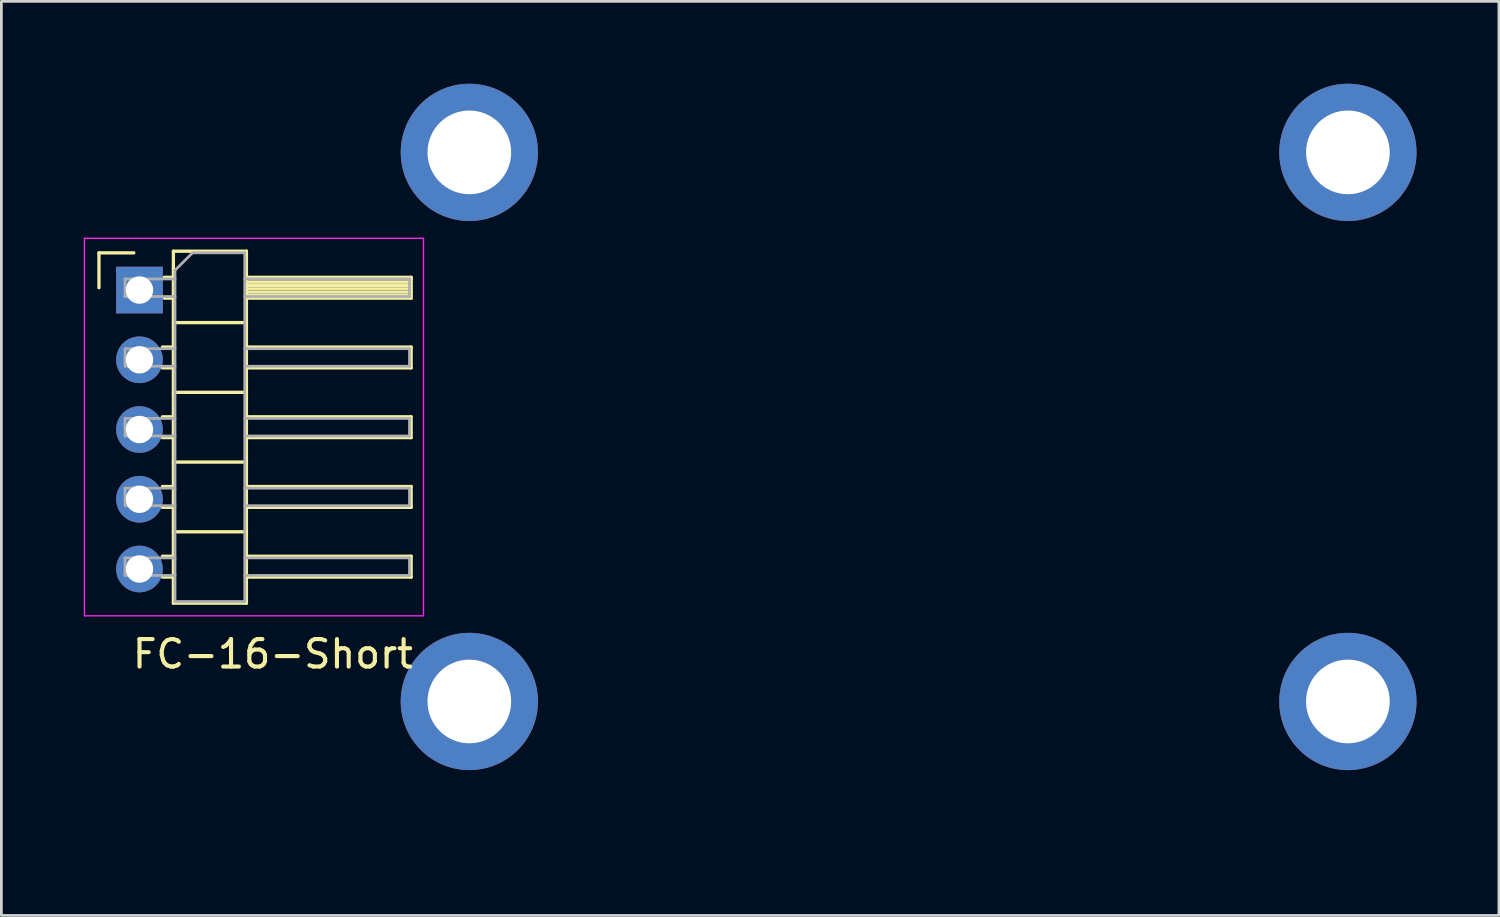
<source format=kicad_pcb>
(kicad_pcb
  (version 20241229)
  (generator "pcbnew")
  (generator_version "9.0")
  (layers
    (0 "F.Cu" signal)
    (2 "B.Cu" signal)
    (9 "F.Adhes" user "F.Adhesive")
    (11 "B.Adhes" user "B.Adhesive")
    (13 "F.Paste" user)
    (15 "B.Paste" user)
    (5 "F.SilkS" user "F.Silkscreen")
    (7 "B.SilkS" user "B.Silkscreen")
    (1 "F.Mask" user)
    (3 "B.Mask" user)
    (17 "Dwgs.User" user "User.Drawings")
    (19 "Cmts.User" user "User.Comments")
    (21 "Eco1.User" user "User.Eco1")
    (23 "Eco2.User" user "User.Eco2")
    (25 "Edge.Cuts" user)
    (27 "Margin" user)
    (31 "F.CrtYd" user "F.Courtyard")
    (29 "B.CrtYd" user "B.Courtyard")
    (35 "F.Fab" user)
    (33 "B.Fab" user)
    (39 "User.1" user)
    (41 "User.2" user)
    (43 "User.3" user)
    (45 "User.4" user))
  (footprint "FC-16-Short"
    (layer "F.Cu")
    (at 9.429 27.043)
    (property "Reference" "FC-16-Short" (at -2.54 -6.27 0) (layer "F.SilkS") (effects (font (size 1 1) (thickness 0.15))))
    (attr through_hole)
    (fp_line (start -8.874 -20.883) (end -7.604 -20.883) (stroke (width 0.12) (type solid)) (layer "F.SilkS"))
    (fp_line (start -8.874 -19.613) (end -8.874 -20.883) (stroke (width 0.12) (type solid)) (layer "F.SilkS"))
    (fp_line (start -6.561 -17.453) (end -6.164 -17.453) (stroke (width 0.12) (type solid)) (layer "F.SilkS"))
    (fp_line (start -6.561 -16.693) (end -6.164 -16.693) (stroke (width 0.12) (type solid)) (layer "F.SilkS"))
    (fp_line (start -6.561 -14.913) (end -6.164 -14.913) (stroke (width 0.12) (type solid)) (layer "F.SilkS"))
    (fp_line (start -6.561 -14.153) (end -6.164 -14.153) (stroke (width 0.12) (type solid)) (layer "F.SilkS"))
    (fp_line (start -6.561 -12.373) (end -6.164 -12.373) (stroke (width 0.12) (type solid)) (layer "F.SilkS"))
    (fp_line (start -6.561 -11.613) (end -6.164 -11.613) (stroke (width 0.12) (type solid)) (layer "F.SilkS"))
    (fp_line (start -6.561 -9.833) (end -6.164 -9.833) (stroke (width 0.12) (type solid)) (layer "F.SilkS"))
    (fp_line (start -6.561 -9.073) (end -6.164 -9.073) (stroke (width 0.12) (type solid)) (layer "F.SilkS"))
    (fp_line (start -6.494 -19.993) (end -6.164 -19.993) (stroke (width 0.12) (type solid)) (layer "F.SilkS"))
    (fp_line (start -6.494 -19.233) (end -6.164 -19.233) (stroke (width 0.12) (type solid)) (layer "F.SilkS"))
    (fp_line (start -6.164 -20.943) (end -6.164 -8.123) (stroke (width 0.12) (type solid)) (layer "F.SilkS"))
    (fp_line (start -6.164 -18.343) (end -3.504 -18.343) (stroke (width 0.12) (type solid)) (layer "F.SilkS"))
    (fp_line (start -6.164 -15.803) (end -3.504 -15.803) (stroke (width 0.12) (type solid)) (layer "F.SilkS"))
    (fp_line (start -6.164 -13.263) (end -3.504 -13.263) (stroke (width 0.12) (type solid)) (layer "F.SilkS"))
    (fp_line (start -6.164 -10.723) (end -3.504 -10.723) (stroke (width 0.12) (type solid)) (layer "F.SilkS"))
    (fp_line (start -6.164 -8.123) (end -3.504 -8.123) (stroke (width 0.12) (type solid)) (layer "F.SilkS"))
    (fp_line (start -3.504 -20.943) (end -6.164 -20.943) (stroke (width 0.12) (type solid)) (layer "F.SilkS"))
    (fp_line (start -3.504 -19.993) (end 2.496 -19.993) (stroke (width 0.12) (type solid)) (layer "F.SilkS"))
    (fp_line (start -3.504 -19.933) (end 2.496 -19.933) (stroke (width 0.12) (type solid)) (layer "F.SilkS"))
    (fp_line (start -3.504 -19.813) (end 2.496 -19.813) (stroke (width 0.12) (type solid)) (layer "F.SilkS"))
    (fp_line (start -3.504 -19.693) (end 2.496 -19.693) (stroke (width 0.12) (type solid)) (layer "F.SilkS"))
    (fp_line (start -3.504 -19.573) (end 2.496 -19.573) (stroke (width 0.12) (type solid)) (layer "F.SilkS"))
    (fp_line (start -3.504 -19.453) (end 2.496 -19.453) (stroke (width 0.12) (type solid)) (layer "F.SilkS"))
    (fp_line (start -3.504 -19.333) (end 2.496 -19.333) (stroke (width 0.12) (type solid)) (layer "F.SilkS"))
    (fp_line (start -3.504 -17.453) (end 2.496 -17.453) (stroke (width 0.12) (type solid)) (layer "F.SilkS"))
    (fp_line (start -3.504 -14.913) (end 2.496 -14.913) (stroke (width 0.12) (type solid)) (layer "F.SilkS"))
    (fp_line (start -3.504 -12.373) (end 2.496 -12.373) (stroke (width 0.12) (type solid)) (layer "F.SilkS"))
    (fp_line (start -3.504 -9.833) (end 2.496 -9.833) (stroke (width 0.12) (type solid)) (layer "F.SilkS"))
    (fp_line (start -3.504 -8.123) (end -3.504 -20.943) (stroke (width 0.12) (type solid)) (layer "F.SilkS"))
    (fp_line (start 2.496 -19.993) (end 2.496 -19.233) (stroke (width 0.12) (type solid)) (layer "F.SilkS"))
    (fp_line (start 2.496 -19.233) (end -3.504 -19.233) (stroke (width 0.12) (type solid)) (layer "F.SilkS"))
    (fp_line (start 2.496 -17.453) (end 2.496 -16.693) (stroke (width 0.12) (type solid)) (layer "F.SilkS"))
    (fp_line (start 2.496 -16.693) (end -3.504 -16.693) (stroke (width 0.12) (type solid)) (layer "F.SilkS"))
    (fp_line (start 2.496 -14.913) (end 2.496 -14.153) (stroke (width 0.12) (type solid)) (layer "F.SilkS"))
    (fp_line (start 2.496 -14.153) (end -3.504 -14.153) (stroke (width 0.12) (type solid)) (layer "F.SilkS"))
    (fp_line (start 2.496 -12.373) (end 2.496 -11.613) (stroke (width 0.12) (type solid)) (layer "F.SilkS"))
    (fp_line (start 2.496 -11.613) (end -3.504 -11.613) (stroke (width 0.12) (type solid)) (layer "F.SilkS"))
    (fp_line (start 2.496 -9.833) (end 2.496 -9.073) (stroke (width 0.12) (type solid)) (layer "F.SilkS"))
    (fp_line (start 2.496 -9.073) (end -3.504 -9.073) (stroke (width 0.12) (type solid)) (layer "F.SilkS"))
    (fp_line (start -9.404 -21.413) (end -9.404 -7.663) (stroke (width 0.05) (type solid)) (layer "F.CrtYd"))
    (fp_line (start -9.404 -7.663) (end 2.946 -7.663) (stroke (width 0.05) (type solid)) (layer "F.CrtYd"))
    (fp_line (start 2.946 -21.413) (end -9.404 -21.413) (stroke (width 0.05) (type solid)) (layer "F.CrtYd"))
    (fp_line (start 2.946 -7.663) (end 2.946 -21.413) (stroke (width 0.05) (type solid)) (layer "F.CrtYd"))
    (fp_line (start -7.924 -19.933) (end -7.924 -19.293) (stroke (width 0.1) (type solid)) (layer "F.Fab"))
    (fp_line (start -7.924 -19.933) (end -6.104 -19.933) (stroke (width 0.1) (type solid)) (layer "F.Fab"))
    (fp_line (start -7.924 -19.293) (end -6.104 -19.293) (stroke (width 0.1) (type solid)) (layer "F.Fab"))
    (fp_line (start -7.924 -17.393) (end -7.924 -16.753) (stroke (width 0.1) (type solid)) (layer "F.Fab"))
    (fp_line (start -7.924 -17.393) (end -6.104 -17.393) (stroke (width 0.1) (type solid)) (layer "F.Fab"))
    (fp_line (start -7.924 -16.753) (end -6.104 -16.753) (stroke (width 0.1) (type solid)) (layer "F.Fab"))
    (fp_line (start -7.924 -14.853) (end -7.924 -14.213) (stroke (width 0.1) (type solid)) (layer "F.Fab"))
    (fp_line (start -7.924 -14.853) (end -6.104 -14.853) (stroke (width 0.1) (type solid)) (layer "F.Fab"))
    (fp_line (start -7.924 -14.213) (end -6.104 -14.213) (stroke (width 0.1) (type solid)) (layer "F.Fab"))
    (fp_line (start -7.924 -12.313) (end -7.924 -11.673) (stroke (width 0.1) (type solid)) (layer "F.Fab"))
    (fp_line (start -7.924 -12.313) (end -6.104 -12.313) (stroke (width 0.1) (type solid)) (layer "F.Fab"))
    (fp_line (start -7.924 -11.673) (end -6.104 -11.673) (stroke (width 0.1) (type solid)) (layer "F.Fab"))
    (fp_line (start -7.924 -9.773) (end -7.924 -9.133) (stroke (width 0.1) (type solid)) (layer "F.Fab"))
    (fp_line (start -7.924 -9.773) (end -6.104 -9.773) (stroke (width 0.1) (type solid)) (layer "F.Fab"))
    (fp_line (start -7.924 -9.133) (end -6.104 -9.133) (stroke (width 0.1) (type solid)) (layer "F.Fab"))
    (fp_line (start -6.104 -20.248) (end -5.469 -20.883) (stroke (width 0.1) (type solid)) (layer "F.Fab"))
    (fp_line (start -6.104 -8.183) (end -6.104 -20.248) (stroke (width 0.1) (type solid)) (layer "F.Fab"))
    (fp_line (start -5.469 -20.883) (end -3.564 -20.883) (stroke (width 0.1) (type solid)) (layer "F.Fab"))
    (fp_line (start -3.564 -20.883) (end -3.564 -8.183) (stroke (width 0.1) (type solid)) (layer "F.Fab"))
    (fp_line (start -3.564 -19.933) (end 2.436 -19.933) (stroke (width 0.1) (type solid)) (layer "F.Fab"))
    (fp_line (start -3.564 -19.293) (end 2.436 -19.293) (stroke (width 0.1) (type solid)) (layer "F.Fab"))
    (fp_line (start -3.564 -17.393) (end 2.436 -17.393) (stroke (width 0.1) (type solid)) (layer "F.Fab"))
    (fp_line (start -3.564 -16.753) (end 2.436 -16.753) (stroke (width 0.1) (type solid)) (layer "F.Fab"))
    (fp_line (start -3.564 -14.853) (end 2.436 -14.853) (stroke (width 0.1) (type solid)) (layer "F.Fab"))
    (fp_line (start -3.564 -14.213) (end 2.436 -14.213) (stroke (width 0.1) (type solid)) (layer "F.Fab"))
    (fp_line (start -3.564 -12.313) (end 2.436 -12.313) (stroke (width 0.1) (type solid)) (layer "F.Fab"))
    (fp_line (start -3.564 -11.673) (end 2.436 -11.673) (stroke (width 0.1) (type solid)) (layer "F.Fab"))
    (fp_line (start -3.564 -9.773) (end 2.436 -9.773) (stroke (width 0.1) (type solid)) (layer "F.Fab"))
    (fp_line (start -3.564 -9.133) (end 2.436 -9.133) (stroke (width 0.1) (type solid)) (layer "F.Fab"))
    (fp_line (start -3.564 -8.183) (end -6.104 -8.183) (stroke (width 0.1) (type solid)) (layer "F.Fab"))
    (fp_line (start 2.436 -19.933) (end 2.436 -19.293) (stroke (width 0.1) (type solid)) (layer "F.Fab"))
    (fp_line (start 2.436 -17.393) (end 2.436 -16.753) (stroke (width 0.1) (type solid)) (layer "F.Fab"))
    (fp_line (start 2.436 -14.853) (end 2.436 -14.213) (stroke (width 0.1) (type solid)) (layer "F.Fab"))
    (fp_line (start 2.436 -12.313) (end 2.436 -11.673) (stroke (width 0.1) (type solid)) (layer "F.Fab"))
    (fp_line (start 2.436 -9.773) (end 2.436 -9.133) (stroke (width 0.1) (type solid)) (layer "F.Fab"))
    (pad "" thru_hole circle (at 4.616 -24.543) (size 5 5) (drill 3.048) (layers "*.Cu" "*.Mask"))
    (pad "" thru_hole circle (at 4.616 -4.543) (size 5 5) (drill 3.048) (layers "*.Cu" "*.Mask"))
    (pad "" thru_hole circle (at 36.616 -24.543) (size 5 5) (drill 3.048) (layers "*.Cu" "*.Mask"))
    (pad "" thru_hole circle (at 36.616 -4.543) (size 5 5) (drill 3.048) (layers "*.Cu" "*.Mask"))
    (pad "1" thru_hole rect (at -7.399 -19.528) (size 1.7 1.7) (drill 1) (layers "*.Cu" "*.Mask"))
    (pad "2" thru_hole oval (at -7.399 -16.988) (size 1.7 1.7) (drill 1) (layers "*.Cu" "*.Mask"))
    (pad "3" thru_hole oval (at -7.399 -14.448) (size 1.7 1.7) (drill 1) (layers "*.Cu" "*.Mask"))
    (pad "4" thru_hole oval (at -7.399 -11.908) (size 1.7 1.7) (drill 1) (layers "*.Cu" "*.Mask"))
    (pad "5" thru_hole oval (at -7.399 -9.368) (size 1.7 1.7) (drill 1) (layers "*.Cu" "*.Mask")))
  (gr_rect
    (start -3 -3)
    (end 51.545 30.293)
    (stroke (width 0.1) (type default))
    (fill no)
    (layer "Edge.Cuts")))
</source>
